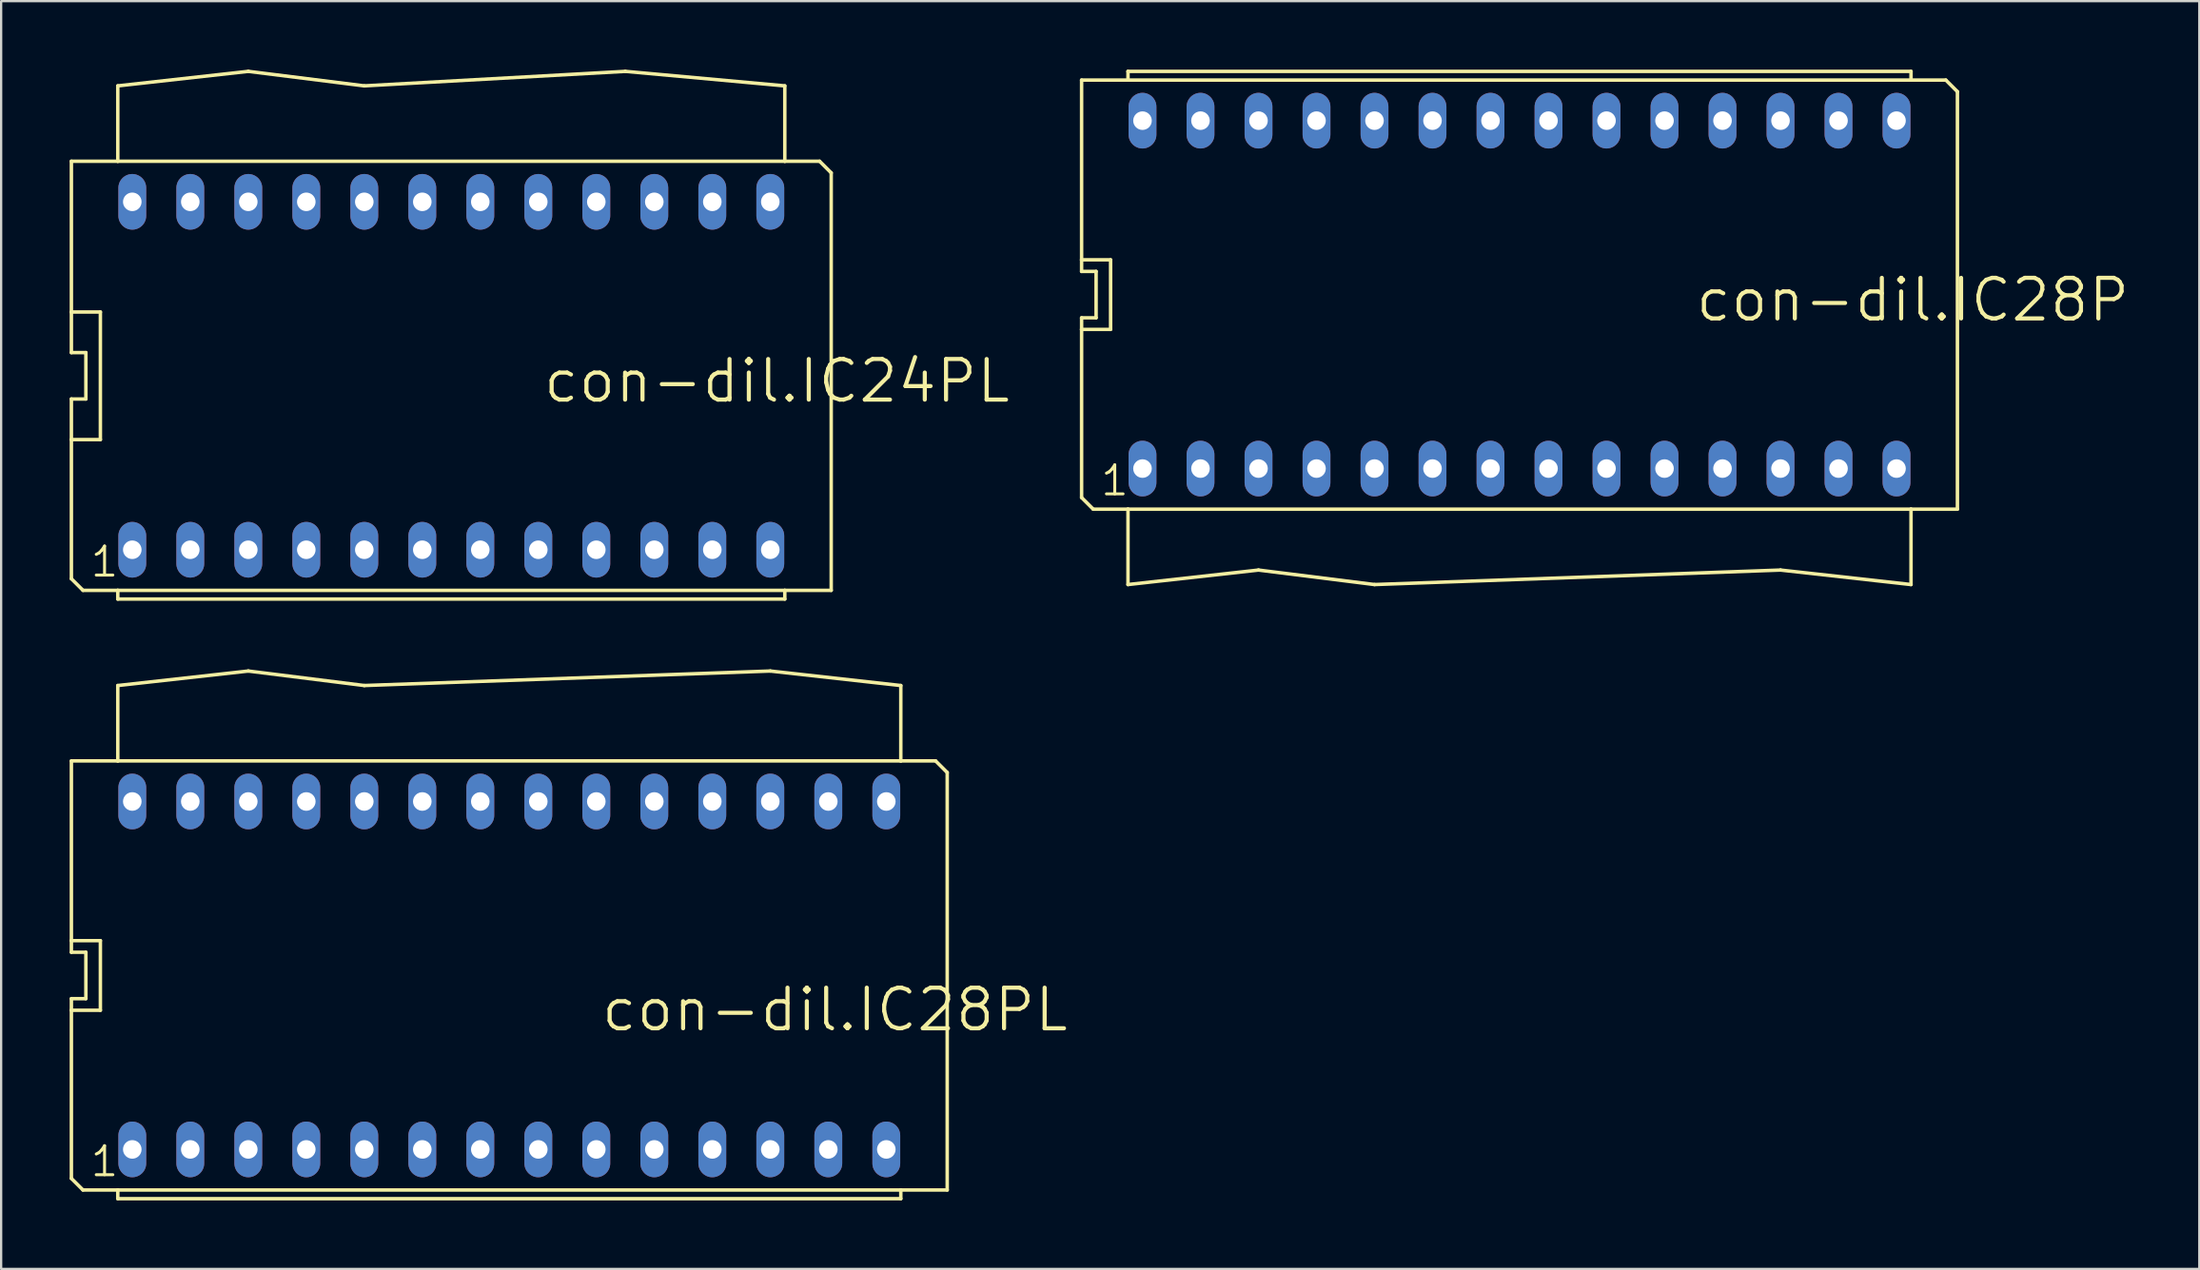
<source format=kicad_pcb>
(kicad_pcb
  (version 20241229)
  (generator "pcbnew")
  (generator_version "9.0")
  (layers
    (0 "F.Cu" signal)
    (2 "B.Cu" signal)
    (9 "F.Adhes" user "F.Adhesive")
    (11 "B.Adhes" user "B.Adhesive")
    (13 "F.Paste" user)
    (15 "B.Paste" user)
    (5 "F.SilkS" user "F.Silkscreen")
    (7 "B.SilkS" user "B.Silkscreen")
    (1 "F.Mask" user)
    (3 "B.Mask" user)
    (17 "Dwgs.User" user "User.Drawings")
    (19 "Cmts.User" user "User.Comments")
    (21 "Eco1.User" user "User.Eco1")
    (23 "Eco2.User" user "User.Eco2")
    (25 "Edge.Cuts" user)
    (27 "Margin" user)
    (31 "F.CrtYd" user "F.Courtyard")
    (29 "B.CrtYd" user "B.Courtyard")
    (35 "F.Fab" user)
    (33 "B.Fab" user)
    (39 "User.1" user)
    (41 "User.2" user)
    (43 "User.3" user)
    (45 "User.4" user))
  (footprint "con-dil.IC28PL"
    (layer "F.Cu")
    (at 19.253 39.678)
    (property "Reference" "con-dil.IC28PL" (at 3.937 2.54 180) (layer "F.SilkS") (effects (font (size 1.778 1.778) (thickness 0.18)) (justify left bottom)))
    (attr through_hole)
    (fp_line (start -19.177 -1.524) (end -19.177 -9.398) (stroke (width 0.152) (type default)) (layer "F.SilkS"))
    (fp_line (start -19.177 -1.016) (end -19.177 -1.524) (stroke (width 0.152) (type default)) (layer "F.SilkS"))
    (fp_line (start -19.177 1.016) (end -18.542 1.016) (stroke (width 0.152) (type default)) (layer "F.SilkS"))
    (fp_line (start -19.177 1.524) (end -19.177 1.016) (stroke (width 0.152) (type default)) (layer "F.SilkS"))
    (fp_line (start -19.177 1.524) (end -17.907 1.524) (stroke (width 0.152) (type default)) (layer "F.SilkS"))
    (fp_line (start -19.177 8.89) (end -19.177 1.524) (stroke (width 0.152) (type default)) (layer "F.SilkS"))
    (fp_line (start -18.669 9.398) (end -19.177 8.89) (stroke (width 0.152) (type default)) (layer "F.SilkS"))
    (fp_line (start -18.669 9.398) (end -17.145 9.398) (stroke (width 0.152) (type default)) (layer "F.SilkS"))
    (fp_line (start -18.542 -1.016) (end -19.177 -1.016) (stroke (width 0.152) (type default)) (layer "F.SilkS"))
    (fp_line (start -18.542 -1.016) (end -18.542 1.016) (stroke (width 0.152) (type default)) (layer "F.SilkS"))
    (fp_line (start -17.907 -1.524) (end -19.177 -1.524) (stroke (width 0.152) (type default)) (layer "F.SilkS"))
    (fp_line (start -17.907 -1.524) (end -17.907 1.524) (stroke (width 0.152) (type default)) (layer "F.SilkS"))
    (fp_line (start -17.145 -12.7) (end -17.145 -9.398) (stroke (width 0.152) (type default)) (layer "F.SilkS"))
    (fp_line (start -17.145 -12.7) (end -11.43 -13.335) (stroke (width 0.152) (type default)) (layer "F.SilkS"))
    (fp_line (start -17.145 -9.398) (end -19.177 -9.398) (stroke (width 0.152) (type default)) (layer "F.SilkS"))
    (fp_line (start -17.145 9.398) (end 17.145 9.398) (stroke (width 0.152) (type default)) (layer "F.SilkS"))
    (fp_line (start -17.145 9.779) (end -17.145 9.398) (stroke (width 0.152) (type default)) (layer "F.SilkS"))
    (fp_line (start -17.145 9.779) (end 17.145 9.779) (stroke (width 0.152) (type default)) (layer "F.SilkS"))
    (fp_line (start -11.43 -13.335) (end -6.35 -12.7) (stroke (width 0.152) (type default)) (layer "F.SilkS"))
    (fp_line (start -6.35 -12.7) (end 11.43 -13.335) (stroke (width 0.152) (type default)) (layer "F.SilkS"))
    (fp_line (start 11.43 -13.335) (end 17.145 -12.7) (stroke (width 0.152) (type default)) (layer "F.SilkS"))
    (fp_line (start 17.145 -9.398) (end -17.145 -9.398) (stroke (width 0.152) (type default)) (layer "F.SilkS"))
    (fp_line (start 17.145 -9.398) (end 17.145 -12.7) (stroke (width 0.152) (type default)) (layer "F.SilkS"))
    (fp_line (start 17.145 9.398) (end 17.145 9.779) (stroke (width 0.152) (type default)) (layer "F.SilkS"))
    (fp_line (start 17.145 9.398) (end 19.177 9.398) (stroke (width 0.152) (type default)) (layer "F.SilkS"))
    (fp_line (start 18.669 -9.398) (end 17.145 -9.398) (stroke (width 0.152) (type default)) (layer "F.SilkS"))
    (fp_line (start 19.177 -8.89) (end 18.669 -9.398) (stroke (width 0.152) (type default)) (layer "F.SilkS"))
    (fp_line (start 19.177 9.398) (end 19.177 -8.89) (stroke (width 0.152) (type default)) (layer "F.SilkS"))
    (fp_text user "1" (at -18.415 8.89 0) (layer "F.SilkS") (effects (font (size 1.27 1.27) (thickness 0.13)) (justify left bottom)))
    (pad "1" thru_hole oval (at -16.51 7.62 90) (size 2.438 1.219) (drill 0.813) (layers "*.Cu" "*.Mask"))
    (pad "2" thru_hole oval (at -13.97 7.62 90) (size 2.438 1.219) (drill 0.813) (layers "*.Cu" "*.Mask"))
    (pad "3" thru_hole oval (at -11.43 7.62 90) (size 2.438 1.219) (drill 0.813) (layers "*.Cu" "*.Mask"))
    (pad "4" thru_hole oval (at -8.89 7.62 90) (size 2.438 1.219) (drill 0.813) (layers "*.Cu" "*.Mask"))
    (pad "5" thru_hole oval (at -6.35 7.62 90) (size 2.438 1.219) (drill 0.813) (layers "*.Cu" "*.Mask"))
    (pad "6" thru_hole oval (at -3.81 7.62 90) (size 2.438 1.219) (drill 0.813) (layers "*.Cu" "*.Mask"))
    (pad "7" thru_hole oval (at -1.27 7.62 90) (size 2.438 1.219) (drill 0.813) (layers "*.Cu" "*.Mask"))
    (pad "8" thru_hole oval (at 1.27 7.62 90) (size 2.438 1.219) (drill 0.813) (layers "*.Cu" "*.Mask"))
    (pad "9" thru_hole oval (at 3.81 7.62 90) (size 2.438 1.219) (drill 0.813) (layers "*.Cu" "*.Mask"))
    (pad "10" thru_hole oval (at 6.35 7.62 90) (size 2.438 1.219) (drill 0.813) (layers "*.Cu" "*.Mask"))
    (pad "11" thru_hole oval (at 8.89 7.62 90) (size 2.438 1.219) (drill 0.813) (layers "*.Cu" "*.Mask"))
    (pad "12" thru_hole oval (at 11.43 7.62 90) (size 2.438 1.219) (drill 0.813) (layers "*.Cu" "*.Mask"))
    (pad "13" thru_hole oval (at 13.97 7.62 90) (size 2.438 1.219) (drill 0.813) (layers "*.Cu" "*.Mask"))
    (pad "14" thru_hole oval (at 16.51 7.62 90) (size 2.438 1.219) (drill 0.813) (layers "*.Cu" "*.Mask"))
    (pad "15" thru_hole oval (at 16.51 -7.62 90) (size 2.438 1.219) (drill 0.813) (layers "*.Cu" "*.Mask"))
    (pad "16" thru_hole oval (at 13.97 -7.62 90) (size 2.438 1.219) (drill 0.813) (layers "*.Cu" "*.Mask"))
    (pad "17" thru_hole oval (at 11.43 -7.62 90) (size 2.438 1.219) (drill 0.813) (layers "*.Cu" "*.Mask"))
    (pad "18" thru_hole oval (at 8.89 -7.62 90) (size 2.438 1.219) (drill 0.813) (layers "*.Cu" "*.Mask"))
    (pad "19" thru_hole oval (at 6.35 -7.62 90) (size 2.438 1.219) (drill 0.813) (layers "*.Cu" "*.Mask"))
    (pad "20" thru_hole oval (at 3.81 -7.62 90) (size 2.438 1.219) (drill 0.813) (layers "*.Cu" "*.Mask"))
    (pad "21" thru_hole oval (at 1.27 -7.62 90) (size 2.438 1.219) (drill 0.813) (layers "*.Cu" "*.Mask"))
    (pad "22" thru_hole oval (at -1.27 -7.62 90) (size 2.438 1.219) (drill 0.813) (layers "*.Cu" "*.Mask"))
    (pad "23" thru_hole oval (at -3.81 -7.62 90) (size 2.438 1.219) (drill 0.813) (layers "*.Cu" "*.Mask"))
    (pad "24" thru_hole oval (at -6.35 -7.62 90) (size 2.438 1.219) (drill 0.813) (layers "*.Cu" "*.Mask"))
    (pad "25" thru_hole oval (at -8.89 -7.62 90) (size 2.438 1.219) (drill 0.813) (layers "*.Cu" "*.Mask"))
    (pad "26" thru_hole oval (at -11.43 -7.62 90) (size 2.438 1.219) (drill 0.813) (layers "*.Cu" "*.Mask"))
    (pad "27" thru_hole oval (at -13.97 -7.62 90) (size 2.438 1.219) (drill 0.813) (layers "*.Cu" "*.Mask"))
    (pad "28" thru_hole oval (at -16.51 -7.62 90) (size 2.438 1.219) (drill 0.813) (layers "*.Cu" "*.Mask")))
  (footprint "con-dil.IC28P"
    (layer "F.Cu")
    (at 63.492 9.855)
    (property "Reference" "con-dil.IC28P" (at 7.62 1.27 180) (layer "F.SilkS") (effects (font (size 1.778 1.778) (thickness 0.18)) (justify left bottom)))
    (attr through_hole)
    (fp_line (start -19.177 -1.524) (end -19.177 -9.398) (stroke (width 0.152) (type default)) (layer "F.SilkS"))
    (fp_line (start -19.177 -1.016) (end -19.177 -1.524) (stroke (width 0.152) (type default)) (layer "F.SilkS"))
    (fp_line (start -19.177 1.016) (end -18.542 1.016) (stroke (width 0.152) (type default)) (layer "F.SilkS"))
    (fp_line (start -19.177 1.524) (end -19.177 1.016) (stroke (width 0.152) (type default)) (layer "F.SilkS"))
    (fp_line (start -19.177 1.524) (end -17.907 1.524) (stroke (width 0.152) (type default)) (layer "F.SilkS"))
    (fp_line (start -19.177 8.89) (end -19.177 1.524) (stroke (width 0.152) (type default)) (layer "F.SilkS"))
    (fp_line (start -18.669 9.398) (end -19.177 8.89) (stroke (width 0.152) (type default)) (layer "F.SilkS"))
    (fp_line (start -18.669 9.398) (end -17.145 9.398) (stroke (width 0.152) (type default)) (layer "F.SilkS"))
    (fp_line (start -18.542 -1.016) (end -19.177 -1.016) (stroke (width 0.152) (type default)) (layer "F.SilkS"))
    (fp_line (start -18.542 -1.016) (end -18.542 1.016) (stroke (width 0.152) (type default)) (layer "F.SilkS"))
    (fp_line (start -17.907 -1.524) (end -19.177 -1.524) (stroke (width 0.152) (type default)) (layer "F.SilkS"))
    (fp_line (start -17.907 -1.524) (end -17.907 1.524) (stroke (width 0.152) (type default)) (layer "F.SilkS"))
    (fp_line (start -17.145 -9.779) (end 17.145 -9.779) (stroke (width 0.152) (type default)) (layer "F.SilkS"))
    (fp_line (start -17.145 -9.398) (end -19.177 -9.398) (stroke (width 0.152) (type default)) (layer "F.SilkS"))
    (fp_line (start -17.145 -9.398) (end -17.145 -9.779) (stroke (width 0.152) (type default)) (layer "F.SilkS"))
    (fp_line (start -17.145 9.398) (end -17.145 12.7) (stroke (width 0.152) (type default)) (layer "F.SilkS"))
    (fp_line (start -17.145 9.398) (end 17.145 9.398) (stroke (width 0.152) (type default)) (layer "F.SilkS"))
    (fp_line (start -17.145 12.7) (end -11.43 12.065) (stroke (width 0.152) (type default)) (layer "F.SilkS"))
    (fp_line (start -11.43 12.065) (end -6.35 12.7) (stroke (width 0.152) (type default)) (layer "F.SilkS"))
    (fp_line (start -6.35 12.7) (end 11.43 12.065) (stroke (width 0.152) (type default)) (layer "F.SilkS"))
    (fp_line (start 11.43 12.065) (end 17.145 12.7) (stroke (width 0.152) (type default)) (layer "F.SilkS"))
    (fp_line (start 17.145 -9.779) (end 17.145 -9.398) (stroke (width 0.152) (type default)) (layer "F.SilkS"))
    (fp_line (start 17.145 -9.398) (end -17.145 -9.398) (stroke (width 0.152) (type default)) (layer "F.SilkS"))
    (fp_line (start 17.145 9.398) (end 19.177 9.398) (stroke (width 0.152) (type default)) (layer "F.SilkS"))
    (fp_line (start 17.145 12.7) (end 17.145 9.398) (stroke (width 0.152) (type default)) (layer "F.SilkS"))
    (fp_line (start 18.669 -9.398) (end 17.145 -9.398) (stroke (width 0.152) (type default)) (layer "F.SilkS"))
    (fp_line (start 19.177 -8.89) (end 18.669 -9.398) (stroke (width 0.152) (type default)) (layer "F.SilkS"))
    (fp_line (start 19.177 9.398) (end 19.177 -8.89) (stroke (width 0.152) (type default)) (layer "F.SilkS"))
    (fp_text user "1" (at -18.415 8.89 0) (layer "F.SilkS") (effects (font (size 1.27 1.27) (thickness 0.13)) (justify left bottom)))
    (pad "1" thru_hole oval (at -16.51 7.62 90) (size 2.438 1.219) (drill 0.813) (layers "*.Cu" "*.Mask"))
    (pad "2" thru_hole oval (at -13.97 7.62 90) (size 2.438 1.219) (drill 0.813) (layers "*.Cu" "*.Mask"))
    (pad "3" thru_hole oval (at -11.43 7.62 90) (size 2.438 1.219) (drill 0.813) (layers "*.Cu" "*.Mask"))
    (pad "4" thru_hole oval (at -8.89 7.62 90) (size 2.438 1.219) (drill 0.813) (layers "*.Cu" "*.Mask"))
    (pad "5" thru_hole oval (at -6.35 7.62 90) (size 2.438 1.219) (drill 0.813) (layers "*.Cu" "*.Mask"))
    (pad "6" thru_hole oval (at -3.81 7.62 90) (size 2.438 1.219) (drill 0.813) (layers "*.Cu" "*.Mask"))
    (pad "7" thru_hole oval (at -1.27 7.62 90) (size 2.438 1.219) (drill 0.813) (layers "*.Cu" "*.Mask"))
    (pad "8" thru_hole oval (at 1.27 7.62 90) (size 2.438 1.219) (drill 0.813) (layers "*.Cu" "*.Mask"))
    (pad "9" thru_hole oval (at 3.81 7.62 90) (size 2.438 1.219) (drill 0.813) (layers "*.Cu" "*.Mask"))
    (pad "10" thru_hole oval (at 6.35 7.62 90) (size 2.438 1.219) (drill 0.813) (layers "*.Cu" "*.Mask"))
    (pad "11" thru_hole oval (at 8.89 7.62 90) (size 2.438 1.219) (drill 0.813) (layers "*.Cu" "*.Mask"))
    (pad "12" thru_hole oval (at 11.43 7.62 90) (size 2.438 1.219) (drill 0.813) (layers "*.Cu" "*.Mask"))
    (pad "13" thru_hole oval (at 13.97 7.62 90) (size 2.438 1.219) (drill 0.813) (layers "*.Cu" "*.Mask"))
    (pad "14" thru_hole oval (at 16.51 7.62 90) (size 2.438 1.219) (drill 0.813) (layers "*.Cu" "*.Mask"))
    (pad "15" thru_hole oval (at 16.51 -7.62 90) (size 2.438 1.219) (drill 0.813) (layers "*.Cu" "*.Mask"))
    (pad "16" thru_hole oval (at 13.97 -7.62 90) (size 2.438 1.219) (drill 0.813) (layers "*.Cu" "*.Mask"))
    (pad "17" thru_hole oval (at 11.43 -7.62 90) (size 2.438 1.219) (drill 0.813) (layers "*.Cu" "*.Mask"))
    (pad "18" thru_hole oval (at 8.89 -7.62 90) (size 2.438 1.219) (drill 0.813) (layers "*.Cu" "*.Mask"))
    (pad "19" thru_hole oval (at 6.35 -7.62 90) (size 2.438 1.219) (drill 0.813) (layers "*.Cu" "*.Mask"))
    (pad "20" thru_hole oval (at 3.81 -7.62 90) (size 2.438 1.219) (drill 0.813) (layers "*.Cu" "*.Mask"))
    (pad "21" thru_hole oval (at 1.27 -7.62 90) (size 2.438 1.219) (drill 0.813) (layers "*.Cu" "*.Mask"))
    (pad "22" thru_hole oval (at -1.27 -7.62 90) (size 2.438 1.219) (drill 0.813) (layers "*.Cu" "*.Mask"))
    (pad "23" thru_hole oval (at -3.81 -7.62 90) (size 2.438 1.219) (drill 0.813) (layers "*.Cu" "*.Mask"))
    (pad "24" thru_hole oval (at -6.35 -7.62 90) (size 2.438 1.219) (drill 0.813) (layers "*.Cu" "*.Mask"))
    (pad "25" thru_hole oval (at -8.89 -7.62 90) (size 2.438 1.219) (drill 0.813) (layers "*.Cu" "*.Mask"))
    (pad "26" thru_hole oval (at -11.43 -7.62 90) (size 2.438 1.219) (drill 0.813) (layers "*.Cu" "*.Mask"))
    (pad "27" thru_hole oval (at -13.97 -7.62 90) (size 2.438 1.219) (drill 0.813) (layers "*.Cu" "*.Mask"))
    (pad "28" thru_hole oval (at -16.51 -7.62 90) (size 2.438 1.219) (drill 0.813) (layers "*.Cu" "*.Mask")))
  (footprint "con-dil.IC24PL"
    (layer "F.Cu")
    (at 16.713 13.411)
    (property "Reference" "con-dil.IC24PL" (at 3.937 1.27 180) (layer "F.SilkS") (effects (font (size 1.778 1.778) (thickness 0.18)) (justify left bottom)))
    (attr through_hole)
    (fp_line (start -16.637 -2.794) (end -16.637 -9.398) (stroke (width 0.152) (type default)) (layer "F.SilkS"))
    (fp_line (start -16.637 -1.016) (end -16.637 -2.794) (stroke (width 0.152) (type default)) (layer "F.SilkS"))
    (fp_line (start -16.637 1.016) (end -16.002 1.016) (stroke (width 0.152) (type default)) (layer "F.SilkS"))
    (fp_line (start -16.637 2.794) (end -16.637 1.016) (stroke (width 0.152) (type default)) (layer "F.SilkS"))
    (fp_line (start -16.637 2.794) (end -15.367 2.794) (stroke (width 0.152) (type default)) (layer "F.SilkS"))
    (fp_line (start -16.637 8.89) (end -16.637 2.794) (stroke (width 0.152) (type default)) (layer "F.SilkS"))
    (fp_line (start -16.129 9.398) (end -16.637 8.89) (stroke (width 0.152) (type default)) (layer "F.SilkS"))
    (fp_line (start -16.129 9.398) (end -14.605 9.398) (stroke (width 0.152) (type default)) (layer "F.SilkS"))
    (fp_line (start -16.002 -1.016) (end -16.637 -1.016) (stroke (width 0.152) (type default)) (layer "F.SilkS"))
    (fp_line (start -16.002 -1.016) (end -16.002 1.016) (stroke (width 0.152) (type default)) (layer "F.SilkS"))
    (fp_line (start -15.367 -2.794) (end -16.637 -2.794) (stroke (width 0.152) (type default)) (layer "F.SilkS"))
    (fp_line (start -15.367 -2.794) (end -15.367 2.794) (stroke (width 0.152) (type default)) (layer "F.SilkS"))
    (fp_line (start -14.605 -12.7) (end -14.605 -9.398) (stroke (width 0.152) (type default)) (layer "F.SilkS"))
    (fp_line (start -14.605 -12.7) (end -8.89 -13.335) (stroke (width 0.152) (type default)) (layer "F.SilkS"))
    (fp_line (start -14.605 -9.398) (end -16.637 -9.398) (stroke (width 0.152) (type default)) (layer "F.SilkS"))
    (fp_line (start -14.605 9.398) (end 14.605 9.398) (stroke (width 0.152) (type default)) (layer "F.SilkS"))
    (fp_line (start -14.605 9.779) (end -14.605 9.398) (stroke (width 0.152) (type default)) (layer "F.SilkS"))
    (fp_line (start -14.605 9.779) (end 14.605 9.779) (stroke (width 0.152) (type default)) (layer "F.SilkS"))
    (fp_line (start -8.89 -13.335) (end -3.81 -12.7) (stroke (width 0.152) (type default)) (layer "F.SilkS"))
    (fp_line (start -3.81 -12.7) (end 7.62 -13.335) (stroke (width 0.152) (type default)) (layer "F.SilkS"))
    (fp_line (start 7.62 -13.335) (end 14.605 -12.7) (stroke (width 0.152) (type default)) (layer "F.SilkS"))
    (fp_line (start 14.605 -12.7) (end 14.605 -9.398) (stroke (width 0.152) (type default)) (layer "F.SilkS"))
    (fp_line (start 14.605 -9.398) (end -14.605 -9.398) (stroke (width 0.152) (type default)) (layer "F.SilkS"))
    (fp_line (start 14.605 9.398) (end 14.605 9.779) (stroke (width 0.152) (type default)) (layer "F.SilkS"))
    (fp_line (start 14.605 9.398) (end 16.637 9.398) (stroke (width 0.152) (type default)) (layer "F.SilkS"))
    (fp_line (start 16.129 -9.398) (end 14.605 -9.398) (stroke (width 0.152) (type default)) (layer "F.SilkS"))
    (fp_line (start 16.637 -8.89) (end 16.129 -9.398) (stroke (width 0.152) (type default)) (layer "F.SilkS"))
    (fp_line (start 16.637 9.398) (end 16.637 -8.89) (stroke (width 0.152) (type default)) (layer "F.SilkS"))
    (fp_text user "1" (at -15.875 8.89 0) (layer "F.SilkS") (effects (font (size 1.27 1.27) (thickness 0.13)) (justify left bottom)))
    (pad "1" thru_hole oval (at -13.97 7.62 90) (size 2.438 1.219) (drill 0.813) (layers "*.Cu" "*.Mask"))
    (pad "2" thru_hole oval (at -11.43 7.62 90) (size 2.438 1.219) (drill 0.813) (layers "*.Cu" "*.Mask"))
    (pad "3" thru_hole oval (at -8.89 7.62 90) (size 2.438 1.219) (drill 0.813) (layers "*.Cu" "*.Mask"))
    (pad "4" thru_hole oval (at -6.35 7.62 90) (size 2.438 1.219) (drill 0.813) (layers "*.Cu" "*.Mask"))
    (pad "5" thru_hole oval (at -3.81 7.62 90) (size 2.438 1.219) (drill 0.813) (layers "*.Cu" "*.Mask"))
    (pad "6" thru_hole oval (at -1.27 7.62 90) (size 2.438 1.219) (drill 0.813) (layers "*.Cu" "*.Mask"))
    (pad "7" thru_hole oval (at 1.27 7.62 90) (size 2.438 1.219) (drill 0.813) (layers "*.Cu" "*.Mask"))
    (pad "8" thru_hole oval (at 3.81 7.62 90) (size 2.438 1.219) (drill 0.813) (layers "*.Cu" "*.Mask"))
    (pad "9" thru_hole oval (at 6.35 7.62 90) (size 2.438 1.219) (drill 0.813) (layers "*.Cu" "*.Mask"))
    (pad "10" thru_hole oval (at 8.89 7.62 90) (size 2.438 1.219) (drill 0.813) (layers "*.Cu" "*.Mask"))
    (pad "11" thru_hole oval (at 11.43 7.62 90) (size 2.438 1.219) (drill 0.813) (layers "*.Cu" "*.Mask"))
    (pad "12" thru_hole oval (at 13.97 7.62 90) (size 2.438 1.219) (drill 0.813) (layers "*.Cu" "*.Mask"))
    (pad "13" thru_hole oval (at 13.97 -7.62 90) (size 2.438 1.219) (drill 0.813) (layers "*.Cu" "*.Mask"))
    (pad "14" thru_hole oval (at 11.43 -7.62 90) (size 2.438 1.219) (drill 0.813) (layers "*.Cu" "*.Mask"))
    (pad "15" thru_hole oval (at 8.89 -7.62 90) (size 2.438 1.219) (drill 0.813) (layers "*.Cu" "*.Mask"))
    (pad "16" thru_hole oval (at 6.35 -7.62 90) (size 2.438 1.219) (drill 0.813) (layers "*.Cu" "*.Mask"))
    (pad "17" thru_hole oval (at 3.81 -7.62 90) (size 2.438 1.219) (drill 0.813) (layers "*.Cu" "*.Mask"))
    (pad "18" thru_hole oval (at 1.27 -7.62 90) (size 2.438 1.219) (drill 0.813) (layers "*.Cu" "*.Mask"))
    (pad "19" thru_hole oval (at -1.27 -7.62 90) (size 2.438 1.219) (drill 0.813) (layers "*.Cu" "*.Mask"))
    (pad "20" thru_hole oval (at -3.81 -7.62 90) (size 2.438 1.219) (drill 0.813) (layers "*.Cu" "*.Mask"))
    (pad "21" thru_hole oval (at -6.35 -7.62 90) (size 2.438 1.219) (drill 0.813) (layers "*.Cu" "*.Mask"))
    (pad "22" thru_hole oval (at -8.89 -7.62 90) (size 2.438 1.219) (drill 0.813) (layers "*.Cu" "*.Mask"))
    (pad "23" thru_hole oval (at -11.43 -7.62 90) (size 2.438 1.219) (drill 0.813) (layers "*.Cu" "*.Mask"))
    (pad "24" thru_hole oval (at -13.97 -7.62 90) (size 2.438 1.219) (drill 0.813) (layers "*.Cu" "*.Mask")))
  (gr_rect
    (start -3 -3)
    (end 93.262 52.533)
    (stroke (width 0.1) (type default))
    (fill no)
    (layer "Edge.Cuts")))
</source>
